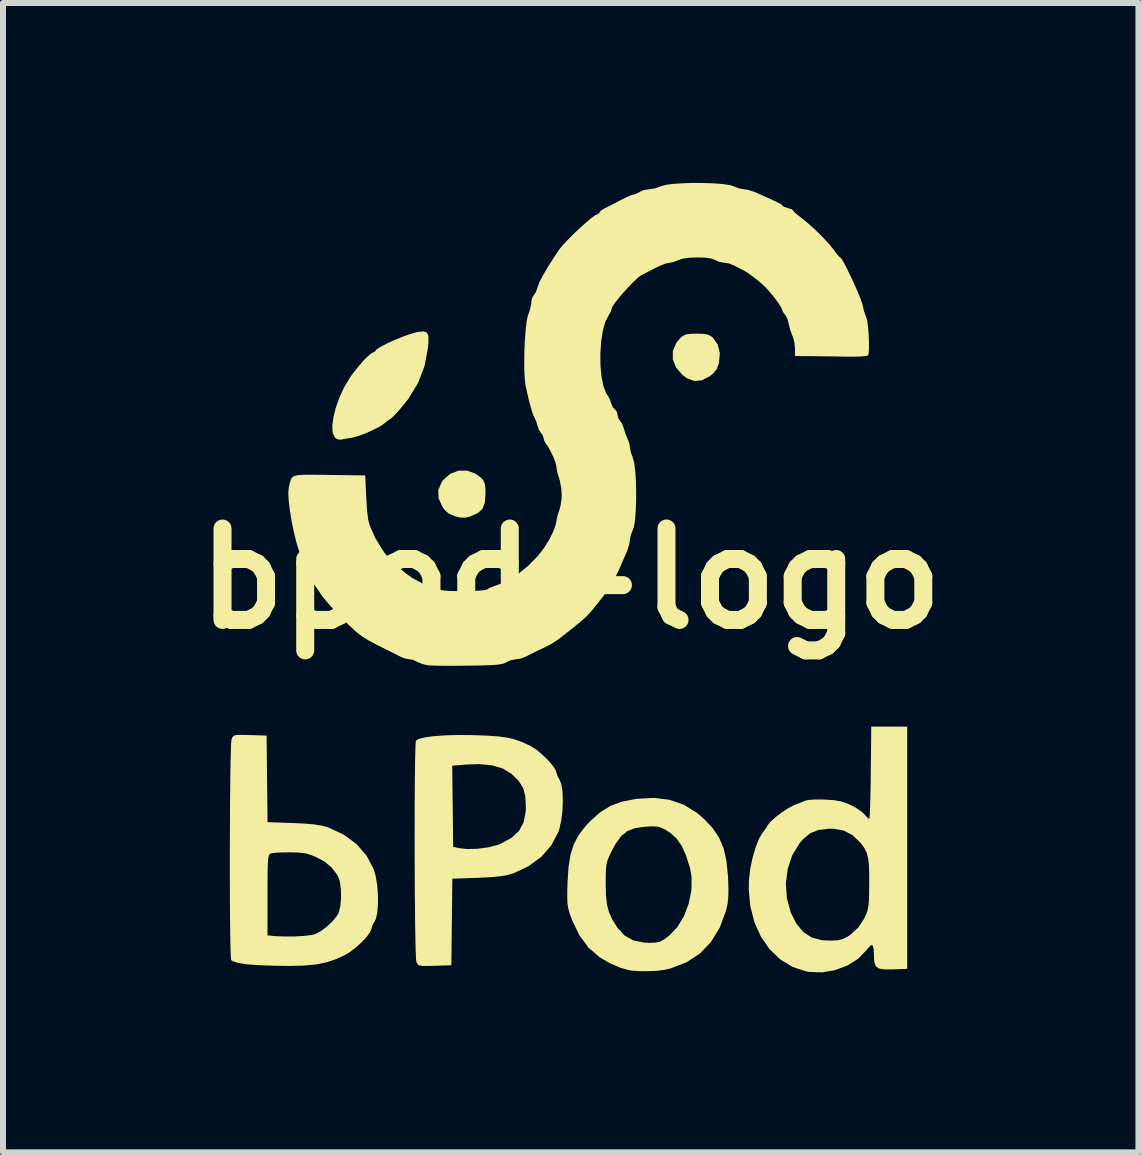
<source format=kicad_pcb>
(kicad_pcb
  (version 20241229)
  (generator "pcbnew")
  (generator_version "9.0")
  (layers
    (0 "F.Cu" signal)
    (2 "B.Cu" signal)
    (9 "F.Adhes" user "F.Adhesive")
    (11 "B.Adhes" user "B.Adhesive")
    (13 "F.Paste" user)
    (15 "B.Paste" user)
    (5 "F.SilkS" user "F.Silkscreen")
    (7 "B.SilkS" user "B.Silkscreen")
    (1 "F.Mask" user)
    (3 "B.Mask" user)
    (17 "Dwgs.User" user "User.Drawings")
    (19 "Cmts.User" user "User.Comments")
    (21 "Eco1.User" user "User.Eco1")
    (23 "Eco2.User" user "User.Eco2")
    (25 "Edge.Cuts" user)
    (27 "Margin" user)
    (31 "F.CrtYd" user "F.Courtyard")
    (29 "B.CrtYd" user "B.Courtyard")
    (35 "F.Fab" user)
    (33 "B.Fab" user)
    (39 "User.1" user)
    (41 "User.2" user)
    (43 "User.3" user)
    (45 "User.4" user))
  (footprint "bpod-logo"
    (layer "F.Cu")
    (at 6.466 6.597)
    (property "Reference" "bpod-logo" (at 0 0 0) (layer "F.SilkS") (effects (font (size 1.524 1.524) (thickness 0.3))))
    (attr board_only exclude_from_pos_files exclude_from_bom)
    (fp_poly (pts (xy -1.586 -1.748) (xy -1.495 -1.681) (xy -1.455 -1.635) (xy -1.432 -1.582) (xy -1.423 -1.501) (xy -1.421 -1.412) (xy -1.432 -1.267) (xy -1.47 -1.165) (xy -1.546 -1.094) (xy -1.666 -1.039) (xy -1.671 -1.037) (xy -1.757 -1.015) (xy -1.837 -1.017) (xy -1.925 -1.038) (xy -2.031 -1.081) (xy -2.106 -1.149) (xy -2.139 -1.197) (xy -2.203 -1.339) (xy -2.208 -1.474) (xy -2.154 -1.604) (xy -2.125 -1.645) (xy -2.009 -1.747) (xy -1.873 -1.799) (xy -1.728 -1.8)) (stroke (width 0) (type solid)) (fill yes) (layer "F.SilkS"))
    (fp_poly (pts (xy 2.215 -4.08) (xy 2.291 -4.067) (xy 2.345 -4.038) (xy 2.373 -4.014) (xy 2.452 -3.901) (xy 2.486 -3.758) (xy 2.472 -3.597) (xy 2.471 -3.591) (xy 2.433 -3.489) (xy 2.368 -3.413) (xy 2.319 -3.375) (xy 2.184 -3.306) (xy 2.06 -3.294) (xy 1.939 -3.34) (xy 1.866 -3.393) (xy 1.756 -3.519) (xy 1.702 -3.656) (xy 1.703 -3.796) (xy 1.761 -3.931) (xy 1.825 -4.009) (xy 1.875 -4.05) (xy 1.932 -4.073) (xy 2.015 -4.082) (xy 2.099 -4.084)) (stroke (width 0) (type solid)) (fill yes) (layer "F.SilkS"))
    (fp_poly (pts (xy -2.4 -4.104) (xy -2.375 -4.055) (xy -2.371 -3.964) (xy -2.38 -3.847) (xy -2.437 -3.544) (xy -2.545 -3.263) (xy -2.708 -2.996) (xy -2.806 -2.873) (xy -2.884 -2.782) (xy -2.951 -2.711) (xy -2.994 -2.67) (xy -3.002 -2.666) (xy -3.047 -2.637) (xy -3.09 -2.601) (xy -3.171 -2.543) (xy -3.29 -2.48) (xy -3.424 -2.42) (xy -3.554 -2.373) (xy -3.65 -2.349) (xy -3.743 -2.334) (xy -3.817 -2.32) (xy -3.834 -2.315) (xy -3.892 -2.324) (xy -3.931 -2.35) (xy -3.968 -2.426) (xy -3.976 -2.542) (xy -3.957 -2.687) (xy -3.916 -2.852) (xy -3.854 -3.025) (xy -3.774 -3.196) (xy -3.679 -3.355) (xy -3.644 -3.405) (xy -3.545 -3.53) (xy -3.452 -3.638) (xy -3.371 -3.718) (xy -3.313 -3.763) (xy -3.293 -3.77) (xy -3.262 -3.787) (xy -3.261 -3.793) (xy -3.235 -3.824) (xy -3.164 -3.868) (xy -3.062 -3.921) (xy -2.94 -3.976) (xy -2.811 -4.029) (xy -2.688 -4.074) (xy -2.582 -4.105) (xy -2.535 -4.114) (xy -2.452 -4.121)) (stroke (width 0) (type solid)) (fill yes) (layer "F.SilkS"))
    (fp_poly (pts (xy -1.642 2.61) (xy -1.595 2.611) (xy -1.373 2.62) (xy -1.199 2.633) (xy -1.059 2.652) (xy -0.939 2.68) (xy -0.827 2.719) (xy -0.709 2.772) (xy -0.666 2.793) (xy -0.577 2.85) (xy -0.479 2.93) (xy -0.385 3.021) (xy -0.306 3.111) (xy -0.254 3.188) (xy -0.239 3.231) (xy -0.223 3.288) (xy -0.187 3.352) (xy -0.156 3.432) (xy -0.137 3.555) (xy -0.132 3.705) (xy -0.138 3.868) (xy -0.157 4.027) (xy -0.187 4.168) (xy -0.207 4.227) (xy -0.325 4.449) (xy -0.492 4.64) (xy -0.704 4.796) (xy -0.955 4.914) (xy -1.051 4.942) (xy -1.166 4.962) (xy -1.312 4.977) (xy -1.504 4.987) (xy -1.548 4.989) (xy -1.974 5.004) (xy -1.982 5.725) (xy -1.99 6.447) (xy -2.267 6.456) (xy -2.397 6.459) (xy -2.479 6.458) (xy -2.527 6.449) (xy -2.553 6.429) (xy -2.57 6.396) (xy -2.573 6.387) (xy -2.579 6.343) (xy -2.583 6.248) (xy -2.588 6.105) (xy -2.591 5.923) (xy -2.595 5.706) (xy -2.597 5.463) (xy -2.6 5.198) (xy -2.601 4.919) (xy -2.602 4.632) (xy -2.603 4.342) (xy -2.602 4.058) (xy -2.602 3.784) (xy -2.6 3.527) (xy -2.598 3.294) (xy -2.596 3.12) (xy -1.976 3.12) (xy -1.968 3.796) (xy -1.96 4.472) (xy -1.87 4.493) (xy -1.726 4.51) (xy -1.553 4.505) (xy -1.374 4.481) (xy -1.216 4.44) (xy -1.164 4.42) (xy -0.986 4.322) (xy -0.862 4.206) (xy -0.785 4.063) (xy -0.751 3.886) (xy -0.748 3.8) (xy -0.758 3.626) (xy -0.794 3.491) (xy -0.864 3.378) (xy -0.976 3.267) (xy -0.987 3.257) (xy -1.133 3.167) (xy -1.315 3.113) (xy -1.538 3.093) (xy -1.743 3.101) (xy -1.976 3.12) (xy -2.596 3.12) (xy -2.596 3.09) (xy -2.592 2.923) (xy -2.588 2.799) (xy -2.584 2.723) (xy -2.58 2.703) (xy -2.53 2.672) (xy -2.427 2.647) (xy -2.28 2.627) (xy -2.095 2.614) (xy -1.88 2.608)) (stroke (width 0) (type solid)) (fill yes) (layer "F.SilkS"))
    (fp_poly (pts (xy 1.646 3.688) (xy 1.884 3.77) (xy 2.104 3.906) (xy 2.215 4) (xy 2.362 4.154) (xy 2.471 4.315) (xy 2.548 4.494) (xy 2.596 4.704) (xy 2.622 4.957) (xy 2.624 5.005) (xy 2.63 5.181) (xy 2.627 5.315) (xy 2.615 5.425) (xy 2.592 5.528) (xy 2.588 5.543) (xy 2.483 5.823) (xy 2.338 6.06) (xy 2.153 6.252) (xy 1.929 6.399) (xy 1.666 6.5) (xy 1.574 6.522) (xy 1.457 6.538) (xy 1.307 6.546) (xy 1.151 6.546) (xy 1.015 6.536) (xy 0.972 6.53) (xy 0.819 6.486) (xy 0.648 6.411) (xy 0.482 6.314) (xy 0.477 6.31) (xy 0.296 6.153) (xy 0.142 5.943) (xy 0.018 5.684) (xy 0.013 5.669) (xy -0.02 5.579) (xy -0.041 5.502) (xy -0.054 5.422) (xy -0.058 5.326) (xy -0.057 5.196) (xy -0.054 5.085) (xy 0.583 5.085) (xy 0.588 5.28) (xy 0.604 5.433) (xy 0.637 5.56) (xy 0.691 5.68) (xy 0.771 5.809) (xy 0.783 5.826) (xy 0.899 5.953) (xy 1.044 6.033) (xy 1.225 6.069) (xy 1.306 6.073) (xy 1.413 6.07) (xy 1.489 6.054) (xy 1.56 6.015) (xy 1.641 5.954) (xy 1.777 5.812) (xy 1.888 5.629) (xy 1.967 5.419) (xy 2.012 5.199) (xy 2.016 4.982) (xy 1.989 4.827) (xy 1.923 4.618) (xy 1.851 4.458) (xy 1.767 4.336) (xy 1.663 4.242) (xy 1.581 4.189) (xy 1.508 4.153) (xy 1.44 4.135) (xy 1.354 4.131) (xy 1.234 4.138) (xy 1.071 4.161) (xy 0.945 4.21) (xy 0.841 4.294) (xy 0.749 4.422) (xy 0.688 4.533) (xy 0.643 4.625) (xy 0.613 4.7) (xy 0.595 4.773) (xy 0.587 4.861) (xy 0.584 4.982) (xy 0.583 5.085) (xy -0.054 5.085) (xy -0.053 5.068) (xy -0.037 4.814) (xy -0.004 4.606) (xy 0.051 4.431) (xy 0.132 4.277) (xy 0.244 4.13) (xy 0.324 4.045) (xy 0.491 3.896) (xy 0.661 3.791) (xy 0.851 3.72) (xy 1.081 3.675) (xy 1.091 3.673) (xy 1.384 3.656)) (stroke (width 0) (type solid)) (fill yes) (layer "F.SilkS"))
    (fp_poly (pts (xy 5.61 6.507) (xy 5.371 6.516) (xy 5.23 6.517) (xy 5.138 6.501) (xy 5.086 6.462) (xy 5.061 6.393) (xy 5.056 6.294) (xy 5.052 6.178) (xy 5.036 6.118) (xy 5.007 6.112) (xy 4.96 6.158) (xy 4.932 6.194) (xy 4.793 6.338) (xy 4.614 6.451) (xy 4.408 6.529) (xy 4.189 6.566) (xy 3.971 6.558) (xy 3.931 6.551) (xy 3.701 6.476) (xy 3.495 6.351) (xy 3.318 6.182) (xy 3.173 5.974) (xy 3.064 5.734) (xy 2.995 5.466) (xy 2.968 5.178) (xy 2.971 5.082) (xy 3.587 5.082) (xy 3.604 5.329) (xy 3.669 5.568) (xy 3.759 5.748) (xy 3.874 5.891) (xy 4.016 5.984) (xy 4.19 6.03) (xy 4.334 6.037) (xy 4.454 6.03) (xy 4.542 6.008) (xy 4.627 5.963) (xy 4.663 5.939) (xy 4.799 5.813) (xy 4.887 5.677) (xy 4.923 5.604) (xy 4.947 5.539) (xy 4.962 5.467) (xy 4.971 5.374) (xy 4.975 5.246) (xy 4.977 5.127) (xy 4.977 4.925) (xy 4.972 4.772) (xy 4.957 4.656) (xy 4.933 4.566) (xy 4.895 4.49) (xy 4.842 4.418) (xy 4.828 4.402) (xy 4.694 4.274) (xy 4.547 4.2) (xy 4.374 4.171) (xy 4.302 4.171) (xy 4.13 4.192) (xy 3.995 4.245) (xy 3.878 4.34) (xy 3.822 4.405) (xy 3.696 4.608) (xy 3.618 4.838) (xy 3.587 5.082) (xy 2.971 5.082) (xy 2.972 5.019) (xy 2.994 4.837) (xy 3.033 4.652) (xy 3.083 4.48) (xy 3.14 4.336) (xy 3.2 4.235) (xy 3.207 4.227) (xy 3.26 4.155) (xy 3.286 4.111) (xy 3.334 4.051) (xy 3.419 3.975) (xy 3.523 3.896) (xy 3.631 3.826) (xy 3.725 3.777) (xy 3.74 3.771) (xy 3.829 3.737) (xy 3.904 3.706) (xy 3.908 3.704) (xy 3.966 3.691) (xy 4.066 3.684) (xy 4.189 3.683) (xy 4.237 3.685) (xy 4.39 3.695) (xy 4.507 3.715) (xy 4.611 3.75) (xy 4.672 3.777) (xy 4.773 3.833) (xy 4.859 3.894) (xy 4.901 3.934) (xy 4.947 3.986) (xy 4.977 4.009) (xy 4.978 4.009) (xy 4.983 3.98) (xy 4.988 3.9) (xy 4.993 3.775) (xy 4.997 3.614) (xy 5.001 3.425) (xy 5.003 3.239) (xy 5.011 2.468) (xy 5.61 2.468)) (stroke (width 0) (type solid)) (fill yes) (layer "F.SilkS"))
    (fp_poly (pts (xy -5.381 2.608) (xy -5.348 2.609) (xy -5.071 2.618) (xy -5.055 4.061) (xy -4.629 4.076) (xy -4.427 4.086) (xy -4.273 4.1) (xy -4.153 4.119) (xy -4.055 4.145) (xy -4.037 4.151) (xy -3.784 4.27) (xy -3.571 4.427) (xy -3.404 4.62) (xy -3.288 4.838) (xy -3.251 4.963) (xy -3.227 5.114) (xy -3.214 5.277) (xy -3.214 5.436) (xy -3.226 5.575) (xy -3.251 5.679) (xy -3.268 5.713) (xy -3.307 5.782) (xy -3.321 5.834) (xy -3.344 5.894) (xy -3.404 5.976) (xy -3.491 6.068) (xy -3.593 6.159) (xy -3.697 6.237) (xy -3.762 6.275) (xy -3.917 6.347) (xy -4.073 6.399) (xy -4.244 6.433) (xy -4.442 6.452) (xy -4.681 6.459) (xy -4.774 6.458) (xy -4.952 6.455) (xy -5.129 6.449) (xy -5.287 6.44) (xy -5.406 6.431) (xy -5.429 6.428) (xy -5.536 6.41) (xy -5.618 6.387) (xy -5.66 6.365) (xy -5.66 6.364) (xy -5.665 6.327) (xy -5.67 6.235) (xy -5.674 6.097) (xy -5.677 5.95) (xy -5.056 5.95) (xy -4.899 5.963) (xy -4.757 5.968) (xy -4.602 5.967) (xy -4.453 5.958) (xy -4.33 5.944) (xy -4.272 5.932) (xy -4.18 5.887) (xy -4.074 5.81) (xy -3.973 5.716) (xy -3.897 5.622) (xy -3.871 5.576) (xy -3.842 5.467) (xy -3.829 5.33) (xy -3.832 5.185) (xy -3.849 5.055) (xy -3.881 4.959) (xy -3.886 4.951) (xy -3.985 4.819) (xy -4.103 4.72) (xy -4.245 4.643) (xy -4.344 4.603) (xy -4.44 4.579) (xy -4.554 4.568) (xy -4.682 4.564) (xy -4.809 4.566) (xy -4.916 4.571) (xy -4.988 4.58) (xy -5.004 4.584) (xy -5.021 4.595) (xy -5.034 4.619) (xy -5.043 4.662) (xy -5.049 4.732) (xy -5.053 4.836) (xy -5.055 4.982) (xy -5.056 5.177) (xy -5.056 5.278) (xy -5.056 5.95) (xy -5.677 5.95) (xy -5.677 5.918) (xy -5.68 5.705) (xy -5.682 5.463) (xy -5.683 5.2) (xy -5.684 4.922) (xy -5.684 4.635) (xy -5.683 4.345) (xy -5.682 4.06) (xy -5.681 3.784) (xy -5.678 3.525) (xy -5.676 3.289) (xy -5.672 3.082) (xy -5.668 2.912) (xy -5.664 2.783) (xy -5.659 2.702) (xy -5.655 2.678) (xy -5.639 2.642) (xy -5.616 2.62) (xy -5.574 2.608) (xy -5.499 2.606)) (stroke (width 0) (type solid)) (fill yes) (layer "F.SilkS"))
    (fp_poly (pts (xy 2.207 -6.596) (xy 2.379 -6.59) (xy 2.531 -6.579) (xy 2.648 -6.562) (xy 2.714 -6.542) (xy 2.802 -6.507) (xy 2.884 -6.492) (xy 2.887 -6.492) (xy 2.96 -6.48) (xy 3.057 -6.449) (xy 3.106 -6.429) (xy 3.268 -6.356) (xy 3.383 -6.304) (xy 3.459 -6.267) (xy 3.504 -6.244) (xy 3.525 -6.229) (xy 3.53 -6.218) (xy 3.53 -6.218) (xy 3.556 -6.198) (xy 3.618 -6.178) (xy 3.62 -6.178) (xy 3.683 -6.158) (xy 3.71 -6.136) (xy 3.71 -6.136) (xy 3.732 -6.107) (xy 3.789 -6.058) (xy 3.837 -6.021) (xy 3.948 -5.932) (xy 4.075 -5.818) (xy 4.201 -5.693) (xy 4.312 -5.574) (xy 4.392 -5.474) (xy 4.398 -5.466) (xy 4.447 -5.399) (xy 4.485 -5.36) (xy 4.494 -5.355) (xy 4.517 -5.33) (xy 4.558 -5.26) (xy 4.61 -5.159) (xy 4.669 -5.038) (xy 4.729 -4.908) (xy 4.785 -4.782) (xy 4.83 -4.672) (xy 4.86 -4.588) (xy 4.868 -4.555) (xy 4.891 -4.456) (xy 4.924 -4.366) (xy 4.926 -4.362) (xy 4.943 -4.301) (xy 4.957 -4.201) (xy 4.967 -4.079) (xy 4.972 -3.953) (xy 4.973 -3.839) (xy 4.967 -3.754) (xy 4.957 -3.72) (xy 4.923 -3.71) (xy 4.84 -3.703) (xy 4.722 -3.7) (xy 4.579 -3.7) (xy 4.557 -3.7) (xy 4.386 -3.704) (xy 4.213 -3.706) (xy 4.06 -3.708) (xy 3.957 -3.709) (xy 3.74 -3.71) (xy 3.74 -3.837) (xy 3.729 -3.939) (xy 3.705 -4.029) (xy 3.698 -4.044) (xy 3.665 -4.128) (xy 3.638 -4.229) (xy 3.636 -4.244) (xy 3.613 -4.33) (xy 3.581 -4.391) (xy 3.573 -4.4) (xy 3.536 -4.448) (xy 3.53 -4.472) (xy 3.512 -4.516) (xy 3.465 -4.59) (xy 3.4 -4.68) (xy 3.326 -4.771) (xy 3.256 -4.849) (xy 3.25 -4.855) (xy 3.159 -4.939) (xy 3.053 -5.024) (xy 2.951 -5.098) (xy 2.873 -5.145) (xy 2.869 -5.146) (xy 2.786 -5.187) (xy 2.722 -5.221) (xy 2.635 -5.255) (xy 2.558 -5.266) (xy 2.472 -5.282) (xy 2.41 -5.311) (xy 2.345 -5.336) (xy 2.239 -5.351) (xy 2.113 -5.355) (xy 1.984 -5.35) (xy 1.872 -5.335) (xy 1.795 -5.311) (xy 1.795 -5.31) (xy 1.711 -5.277) (xy 1.645 -5.266) (xy 1.579 -5.251) (xy 1.485 -5.215) (xy 1.406 -5.176) (xy 1.308 -5.125) (xy 1.223 -5.081) (xy 1.18 -5.06) (xy 1.129 -5.024) (xy 1.055 -4.956) (xy 0.968 -4.867) (xy 0.878 -4.769) (xy 0.796 -4.672) (xy 0.731 -4.589) (xy 0.693 -4.531) (xy 0.688 -4.514) (xy 0.671 -4.456) (xy 0.635 -4.394) (xy 0.577 -4.283) (xy 0.535 -4.13) (xy 0.507 -3.948) (xy 0.494 -3.752) (xy 0.496 -3.554) (xy 0.513 -3.368) (xy 0.546 -3.207) (xy 0.594 -3.085) (xy 0.619 -3.048) (xy 0.652 -2.988) (xy 0.675 -2.922) (xy 0.703 -2.855) (xy 0.737 -2.822) (xy 0.769 -2.783) (xy 0.778 -2.738) (xy 0.796 -2.668) (xy 0.821 -2.634) (xy 0.858 -2.58) (xy 0.883 -2.509) (xy 0.913 -2.412) (xy 0.945 -2.339) (xy 0.976 -2.257) (xy 0.987 -2.191) (xy 0.999 -2.119) (xy 1.029 -2.029) (xy 1.036 -2.011) (xy 1.058 -1.928) (xy 1.075 -1.801) (xy 1.086 -1.643) (xy 1.091 -1.468) (xy 1.09 -1.29) (xy 1.084 -1.121) (xy 1.072 -0.975) (xy 1.054 -0.865) (xy 1.038 -0.817) (xy 1.003 -0.73) (xy 0.987 -0.649) (xy 0.987 -0.646) (xy 0.975 -0.569) (xy 0.946 -0.475) (xy 0.939 -0.457) (xy 0.895 -0.356) (xy 0.846 -0.242) (xy 0.832 -0.209) (xy 0.792 -0.12) (xy 0.757 -0.05) (xy 0.746 -0.03) (xy 0.711 0.031) (xy 0.681 0.09) (xy 0.661 0.129) (xy 0.643 0.161) (xy 0.617 0.199) (xy 0.575 0.253) (xy 0.51 0.336) (xy 0.456 0.404) (xy 0.378 0.502) (xy 0.316 0.575) (xy 0.258 0.636) (xy 0.19 0.697) (xy 0.1 0.771) (xy -0.001 0.853) (xy -0.123 0.949) (xy -0.213 1.018) (xy -0.288 1.068) (xy -0.363 1.111) (xy -0.453 1.156) (xy -0.509 1.182) (xy -0.613 1.232) (xy -0.707 1.279) (xy -0.753 1.303) (xy -0.842 1.336) (xy -0.918 1.346) (xy -1.009 1.364) (xy -1.074 1.396) (xy -1.109 1.414) (xy -1.162 1.427) (xy -1.24 1.437) (xy -1.353 1.444) (xy -1.51 1.449) (xy -1.702 1.452) (xy -1.887 1.454) (xy -2.06 1.454) (xy -2.207 1.453) (xy -2.318 1.45) (xy -2.376 1.446) (xy -2.47 1.426) (xy -2.546 1.395) (xy -2.555 1.389) (xy -2.633 1.355) (xy -2.687 1.346) (xy -2.767 1.332) (xy -2.838 1.303) (xy -2.909 1.266) (xy -3.008 1.216) (xy -3.082 1.18) (xy -3.242 1.1) (xy -3.362 1.036) (xy -3.459 0.977) (xy -3.515 0.938) (xy -3.596 0.871) (xy -3.703 0.772) (xy -3.822 0.653) (xy -3.942 0.527) (xy -4.049 0.407) (xy -4.132 0.307) (xy -4.164 0.264) (xy -4.222 0.176) (xy -4.275 0.101) (xy -4.293 0.076) (xy -4.329 0.01) (xy -4.338 -0.033) (xy -4.361 -0.086) (xy -4.383 -0.101) (xy -4.422 -0.142) (xy -4.428 -0.171) (xy -4.442 -0.237) (xy -4.467 -0.299) (xy -4.516 -0.416) (xy -4.565 -0.57) (xy -4.61 -0.748) (xy -4.65 -0.937) (xy -4.681 -1.123) (xy -4.702 -1.293) (xy -4.709 -1.432) (xy -4.7 -1.526) (xy -4.683 -1.596) (xy -4.668 -1.649) (xy -4.645 -1.687) (xy -4.607 -1.711) (xy -4.546 -1.725) (xy -4.453 -1.732) (xy -4.321 -1.732) (xy -4.141 -1.73) (xy -4.028 -1.728) (xy -3.426 -1.72) (xy -3.409 -1.346) (xy -3.396 -1.137) (xy -3.377 -0.984) (xy -3.351 -0.883) (xy -3.344 -0.868) (xy -3.307 -0.787) (xy -3.28 -0.725) (xy -3.277 -0.718) (xy -3.259 -0.679) (xy -3.229 -0.626) (xy -3.18 -0.547) (xy -3.106 -0.431) (xy -3.106 -0.431) (xy -3.045 -0.356) (xy -2.952 -0.263) (xy -2.842 -0.164) (xy -2.732 -0.074) (xy -2.638 -0.008) (xy -2.603 0.011) (xy -2.544 0.042) (xy -2.483 0.076) (xy -2.398 0.109) (xy -2.33 0.119) (xy -2.256 0.136) (xy -2.214 0.165) (xy -2.185 0.184) (xy -2.132 0.197) (xy -2.044 0.205) (xy -1.912 0.209) (xy -1.793 0.209) (xy -1.643 0.207) (xy -1.519 0.201) (xy -1.431 0.192) (xy -1.392 0.181) (xy -1.392 0.18) (xy -1.354 0.155) (xy -1.28 0.127) (xy -1.255 0.119) (xy -1.079 0.049) (xy -0.893 -0.065) (xy -0.711 -0.211) (xy -0.546 -0.379) (xy -0.434 -0.526) (xy -0.362 -0.644) (xy -0.301 -0.765) (xy -0.258 -0.873) (xy -0.24 -0.949) (xy -0.24 -0.951) (xy -0.228 -1.024) (xy -0.2 -1.114) (xy -0.194 -1.127) (xy -0.168 -1.222) (xy -0.152 -1.34) (xy -0.15 -1.391) (xy -0.159 -1.513) (xy -0.182 -1.635) (xy -0.194 -1.675) (xy -0.223 -1.77) (xy -0.238 -1.853) (xy -0.239 -1.872) (xy -0.254 -1.935) (xy -0.29 -2.028) (xy -0.338 -2.128) (xy -0.387 -2.214) (xy -0.42 -2.257) (xy -0.446 -2.31) (xy -0.449 -2.336) (xy -0.47 -2.397) (xy -0.492 -2.422) (xy -0.528 -2.475) (xy -0.555 -2.553) (xy -0.578 -2.63) (xy -0.604 -2.683) (xy -0.629 -2.736) (xy -0.661 -2.838) (xy -0.699 -2.979) (xy -0.738 -3.15) (xy -0.753 -3.216) (xy -0.766 -3.322) (xy -0.774 -3.466) (xy -0.775 -3.636) (xy -0.772 -3.817) (xy -0.763 -3.996) (xy -0.75 -4.16) (xy -0.734 -4.295) (xy -0.714 -4.388) (xy -0.707 -4.404) (xy -0.675 -4.5) (xy -0.659 -4.591) (xy -0.658 -4.603) (xy -0.645 -4.678) (xy -0.616 -4.724) (xy -0.581 -4.777) (xy -0.554 -4.855) (xy -0.554 -4.855) (xy -0.524 -4.939) (xy -0.46 -5.062) (xy -0.368 -5.217) (xy -0.252 -5.397) (xy -0.196 -5.481) (xy -0.139 -5.552) (xy -0.054 -5.643) (xy 0.047 -5.745) (xy 0.155 -5.847) (xy 0.258 -5.94) (xy 0.348 -6.014) (xy 0.412 -6.059) (xy 0.432 -6.068) (xy 0.473 -6.091) (xy 0.479 -6.105) (xy 0.503 -6.135) (xy 0.563 -6.172) (xy 0.576 -6.178) (xy 0.657 -6.218) (xy 0.762 -6.273) (xy 0.838 -6.313) (xy 0.932 -6.36) (xy 1.009 -6.393) (xy 1.047 -6.403) (xy 1.105 -6.421) (xy 1.15 -6.448) (xy 1.221 -6.479) (xy 1.309 -6.492) (xy 1.408 -6.507) (xy 1.505 -6.542) (xy 1.505 -6.542) (xy 1.58 -6.564) (xy 1.701 -6.58) (xy 1.855 -6.591) (xy 2.028 -6.597)) (stroke (width 0) (type solid)) (fill yes) (layer "F.SilkS")))
  (gr_rect
    (start -3 -3)
    (end 15.932 16.163)
    (stroke (width 0.1) (type default))
    (fill no)
    (layer "Edge.Cuts")))
</source>
